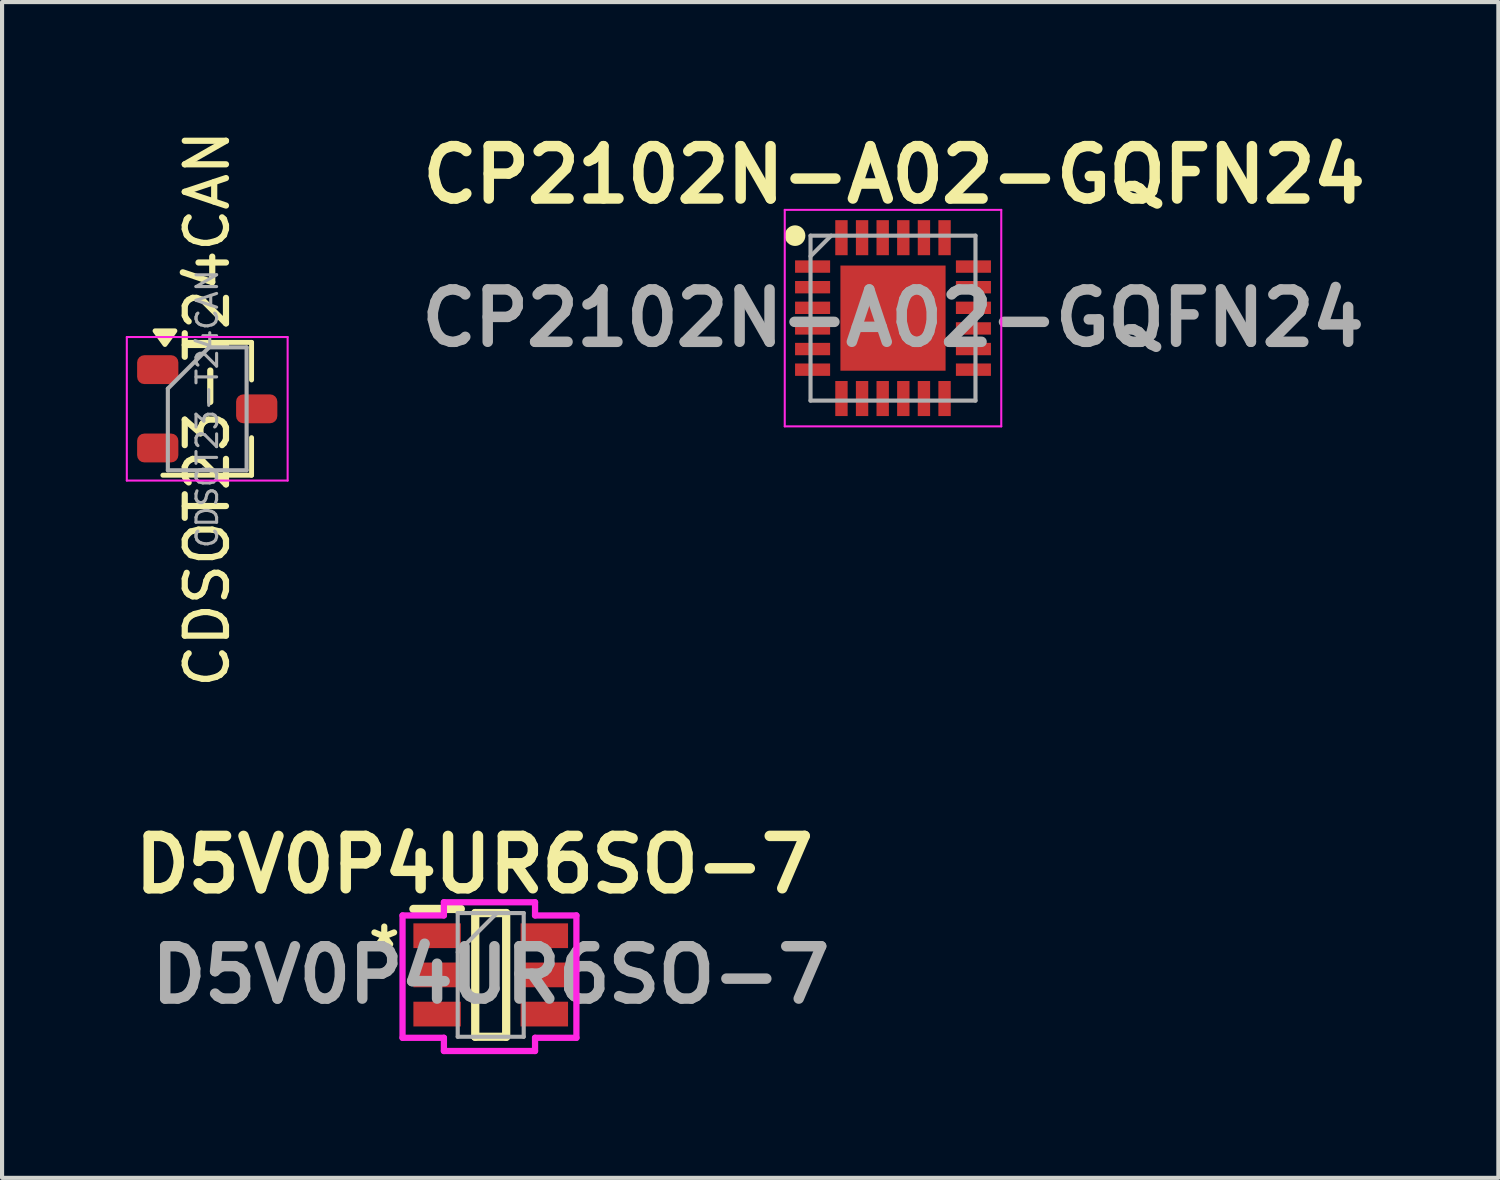
<source format=kicad_pcb>
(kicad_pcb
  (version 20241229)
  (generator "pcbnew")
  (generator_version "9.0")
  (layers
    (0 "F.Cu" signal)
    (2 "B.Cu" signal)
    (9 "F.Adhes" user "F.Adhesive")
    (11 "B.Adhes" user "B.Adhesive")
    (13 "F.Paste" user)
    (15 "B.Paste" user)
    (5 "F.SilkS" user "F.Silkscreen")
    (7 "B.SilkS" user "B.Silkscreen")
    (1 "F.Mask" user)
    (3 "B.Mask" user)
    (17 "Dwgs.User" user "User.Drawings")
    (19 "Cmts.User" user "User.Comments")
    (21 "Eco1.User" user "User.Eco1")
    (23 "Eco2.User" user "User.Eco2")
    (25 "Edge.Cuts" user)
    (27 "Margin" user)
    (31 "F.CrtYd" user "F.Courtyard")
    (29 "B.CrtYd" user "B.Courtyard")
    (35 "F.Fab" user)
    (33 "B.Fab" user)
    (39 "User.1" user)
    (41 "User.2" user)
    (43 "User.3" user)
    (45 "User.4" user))
  (footprint "D5V0P4UR6SO-7"
    (layer "F.Cu")
    (at 8.849 20.59)
    (property "Reference" "D5V0P4UR6SO-7" (at -0.4 -2.675 0) (layer "F.SilkS") (effects (font (size 1.27 1.27) (thickness 0.254))))
    (attr smd)
    (fp_line (start -1.875 -1.6) (end -0.725 -1.6) (stroke (width 0.2) (type solid)) (layer "F.SilkS"))
    (fp_line (start -0.375 -1.5) (end 0.375 -1.5) (stroke (width 0.2) (type solid)) (layer "F.SilkS"))
    (fp_line (start -0.375 1.5) (end -0.375 -1.5) (stroke (width 0.2) (type solid)) (layer "F.SilkS"))
    (fp_line (start 0.375 -1.5) (end 0.375 1.5) (stroke (width 0.2) (type solid)) (layer "F.SilkS"))
    (fp_line (start 0.375 1.5) (end -0.375 1.5) (stroke (width 0.2) (type solid)) (layer "F.SilkS"))
    (fp_line (start -2.138 -1.442) (end -1.135 -1.442) (stroke (width 0.152) (type solid)) (layer "F.CrtYd"))
    (fp_line (start -2.138 1.525) (end -2.138 -1.442) (stroke (width 0.152) (type solid)) (layer "F.CrtYd"))
    (fp_line (start -2.138 1.525) (end -1.135 1.525) (stroke (width 0.152) (type solid)) (layer "F.CrtYd"))
    (fp_line (start -1.135 -1.762) (end 1.075 -1.762) (stroke (width 0.152) (type solid)) (layer "F.CrtYd"))
    (fp_line (start -1.135 -1.442) (end -1.135 -1.762) (stroke (width 0.152) (type solid)) (layer "F.CrtYd"))
    (fp_line (start -1.135 1.845) (end -1.135 1.525) (stroke (width 0.152) (type solid)) (layer "F.CrtYd"))
    (fp_line (start 1.075 -1.762) (end 1.075 -1.442) (stroke (width 0.152) (type solid)) (layer "F.CrtYd"))
    (fp_line (start 1.075 1.525) (end 1.075 1.845) (stroke (width 0.152) (type solid)) (layer "F.CrtYd"))
    (fp_line (start 1.075 1.845) (end -1.135 1.845) (stroke (width 0.152) (type solid)) (layer "F.CrtYd"))
    (fp_line (start 2.078 -1.442) (end 1.075 -1.442) (stroke (width 0.152) (type solid)) (layer "F.CrtYd"))
    (fp_line (start 2.078 -1.442) (end 2.078 1.525) (stroke (width 0.152) (type solid)) (layer "F.CrtYd"))
    (fp_line (start 2.078 1.525) (end 1.075 1.525) (stroke (width 0.152) (type solid)) (layer "F.CrtYd"))
    (fp_line (start -0.8 -1.5) (end 0.8 -1.5) (stroke (width 0.1) (type solid)) (layer "F.Fab"))
    (fp_line (start -0.8 -0.55) (end 0.15 -1.5) (stroke (width 0.1) (type solid)) (layer "F.Fab"))
    (fp_line (start -0.8 1.5) (end -0.8 -1.5) (stroke (width 0.1) (type solid)) (layer "F.Fab"))
    (fp_line (start 0.8 -1.5) (end 0.8 1.5) (stroke (width 0.1) (type solid)) (layer "F.Fab"))
    (fp_line (start 0.8 1.5) (end -0.8 1.5) (stroke (width 0.1) (type solid)) (layer "F.Fab"))
    (fp_text user "*" (at -2.581 -0.627 0) (layer "F.SilkS") (effects (font (size 1 1) (thickness 0.15))))
    (fp_text user "${REFERENCE}" (at 0 0 0) (layer "F.Fab") (effects (font (size 1.27 1.27) (thickness 0.254))))
    (pad "1" smd rect (at -1.3 -0.95 90) (size 0.6 1.15) (layers "F.Cu" "F.Mask" "F.Paste"))
    (pad "2" smd rect (at -1.3 0 90) (size 0.6 1.15) (layers "F.Cu" "F.Mask" "F.Paste"))
    (pad "3" smd rect (at -1.3 0.95 90) (size 0.6 1.15) (layers "F.Cu" "F.Mask" "F.Paste"))
    (pad "4" smd rect (at 1.3 0.95 90) (size 0.6 1.15) (layers "F.Cu" "F.Mask" "F.Paste"))
    (pad "5" smd rect (at 1.3 0 90) (size 0.6 1.15) (layers "F.Cu" "F.Mask" "F.Paste"))
    (pad "6" smd rect (at 1.3 -0.95 90) (size 0.6 1.15) (layers "F.Cu" "F.Mask" "F.Paste")))
  (footprint "CP2102N-A02-GQFN24"
    (layer "F.Cu")
    (at 18.604 4.664)
    (property "Reference" "CP2102N-A02-GQFN24" (at 0.025 -3.475 0) (layer "F.SilkS") (effects (font (size 1.27 1.27) (thickness 0.254))))
    (attr smd)
    (fp_circle (center -2.375 -2) (end -2.375 -1.875) (stroke (width 0.25) (type solid)) (fill no) (layer "F.SilkS"))
    (fp_line (start -2.625 -2.625) (end 2.625 -2.625) (stroke (width 0.05) (type solid)) (layer "F.CrtYd"))
    (fp_line (start -2.625 2.625) (end -2.625 -2.625) (stroke (width 0.05) (type solid)) (layer "F.CrtYd"))
    (fp_line (start 2.625 -2.625) (end 2.625 2.625) (stroke (width 0.05) (type solid)) (layer "F.CrtYd"))
    (fp_line (start 2.625 2.625) (end -2.625 2.625) (stroke (width 0.05) (type solid)) (layer "F.CrtYd"))
    (fp_line (start -2 -2) (end 2 -2) (stroke (width 0.1) (type solid)) (layer "F.Fab"))
    (fp_line (start -2 -1.5) (end -1.5 -2) (stroke (width 0.1) (type solid)) (layer "F.Fab"))
    (fp_line (start -2 2) (end -2 -2) (stroke (width 0.1) (type solid)) (layer "F.Fab"))
    (fp_line (start 2 -2) (end 2 2) (stroke (width 0.1) (type solid)) (layer "F.Fab"))
    (fp_line (start 2 2) (end -2 2) (stroke (width 0.1) (type solid)) (layer "F.Fab"))
    (fp_text user "${REFERENCE}" (at 0 0 0) (layer "F.Fab") (effects (font (size 1.27 1.27) (thickness 0.254))))
    (pad "1" smd rect (at -1.95 -1.25 90) (size 0.3 0.85) (layers "F.Cu" "F.Mask" "F.Paste"))
    (pad "2" smd rect (at -1.95 -0.75 90) (size 0.3 0.85) (layers "F.Cu" "F.Mask" "F.Paste"))
    (pad "3" smd rect (at -1.95 -0.25 90) (size 0.3 0.85) (layers "F.Cu" "F.Mask" "F.Paste"))
    (pad "4" smd rect (at -1.95 0.25 90) (size 0.3 0.85) (layers "F.Cu" "F.Mask" "F.Paste"))
    (pad "5" smd rect (at -1.95 0.75 90) (size 0.3 0.85) (layers "F.Cu" "F.Mask" "F.Paste"))
    (pad "6" smd rect (at -1.95 1.25 90) (size 0.3 0.85) (layers "F.Cu" "F.Mask" "F.Paste"))
    (pad "7" smd rect (at -1.25 1.95) (size 0.3 0.85) (layers "F.Cu" "F.Mask" "F.Paste"))
    (pad "8" smd rect (at -0.75 1.95) (size 0.3 0.85) (layers "F.Cu" "F.Mask" "F.Paste"))
    (pad "9" smd rect (at -0.25 1.95) (size 0.3 0.85) (layers "F.Cu" "F.Mask" "F.Paste"))
    (pad "10" smd rect (at 0.25 1.95) (size 0.3 0.85) (layers "F.Cu" "F.Mask" "F.Paste"))
    (pad "11" smd rect (at 0.75 1.95) (size 0.3 0.85) (layers "F.Cu" "F.Mask" "F.Paste"))
    (pad "12" smd rect (at 1.25 1.95) (size 0.3 0.85) (layers "F.Cu" "F.Mask" "F.Paste"))
    (pad "13" smd rect (at 1.95 1.25 90) (size 0.3 0.85) (layers "F.Cu" "F.Mask" "F.Paste"))
    (pad "14" smd rect (at 1.95 0.75 90) (size 0.3 0.85) (layers "F.Cu" "F.Mask" "F.Paste"))
    (pad "15" smd rect (at 1.95 0.25 90) (size 0.3 0.85) (layers "F.Cu" "F.Mask" "F.Paste"))
    (pad "16" smd rect (at 1.95 -0.25 90) (size 0.3 0.85) (layers "F.Cu" "F.Mask" "F.Paste"))
    (pad "17" smd rect (at 1.95 -0.75 90) (size 0.3 0.85) (layers "F.Cu" "F.Mask" "F.Paste"))
    (pad "18" smd rect (at 1.95 -1.25 90) (size 0.3 0.85) (layers "F.Cu" "F.Mask" "F.Paste"))
    (pad "19" smd rect (at 1.25 -1.95) (size 0.3 0.85) (layers "F.Cu" "F.Mask" "F.Paste"))
    (pad "20" smd rect (at 0.75 -1.95) (size 0.3 0.85) (layers "F.Cu" "F.Mask" "F.Paste"))
    (pad "21" smd rect (at 0.25 -1.95) (size 0.3 0.85) (layers "F.Cu" "F.Mask" "F.Paste"))
    (pad "22" smd rect (at -0.25 -1.95) (size 0.3 0.85) (layers "F.Cu" "F.Mask" "F.Paste"))
    (pad "23" smd rect (at -0.75 -1.95) (size 0.3 0.85) (layers "F.Cu" "F.Mask" "F.Paste"))
    (pad "24" smd rect (at -1.25 -1.95) (size 0.3 0.85) (layers "F.Cu" "F.Mask" "F.Paste"))
    (pad "25" smd rect (at 0 0) (size 2.55 2.55) (layers "F.Cu" "F.Mask" "F.Paste")))
  (footprint "CDSOT23-T24CAN"
    (layer "F.Cu")
    (at 1.975 6.863)
    (property "Reference" "CDSOT23-T24CAN" (at 0 0 90) (layer "F.SilkS") (effects (font (size 1 1) (thickness 0.15))))
    (attr smd)
    (fp_line (start -1.075 1.61) (end 1.075 1.61) (stroke (width 0.12) (type solid)) (layer "F.SilkS"))
    (fp_line (start -0.525 -1.61) (end 1.075 -1.61) (stroke (width 0.12) (type solid)) (layer "F.SilkS"))
    (fp_line (start 1.075 -1.61) (end 1.075 -0.7) (stroke (width 0.12) (type solid)) (layer "F.SilkS"))
    (fp_line (start 1.075 0.7) (end 1.075 1.61) (stroke (width 0.12) (type solid)) (layer "F.SilkS"))
    (fp_poly (pts (xy -1.025 -1.56) (xy -1.265 -1.89) (xy -0.785 -1.89) (xy -1.025 -1.56)) (stroke (width 0.12) (type solid)) (fill yes) (layer "F.SilkS"))
    (fp_line (start -1.95 -1.74) (end 1.95 -1.74) (stroke (width 0.05) (type solid)) (layer "F.CrtYd"))
    (fp_line (start -1.95 1.74) (end -1.95 -1.74) (stroke (width 0.05) (type solid)) (layer "F.CrtYd"))
    (fp_line (start 1.95 -1.74) (end 1.95 1.74) (stroke (width 0.05) (type solid)) (layer "F.CrtYd"))
    (fp_line (start 1.95 1.74) (end -1.95 1.74) (stroke (width 0.05) (type solid)) (layer "F.CrtYd"))
    (fp_line (start -0.955 -0.49) (end -0.955 1.49) (stroke (width 0.1) (type solid)) (layer "F.Fab"))
    (fp_line (start -0.955 -0.49) (end 0.045 -1.49) (stroke (width 0.1) (type solid)) (layer "F.Fab"))
    (fp_line (start -0.955 1.49) (end 0.955 1.49) (stroke (width 0.1) (type solid)) (layer "F.Fab"))
    (fp_line (start 0.045 -1.49) (end 0.955 -1.49) (stroke (width 0.1) (type solid)) (layer "F.Fab"))
    (fp_line (start 0.955 -1.49) (end 0.955 1.49) (stroke (width 0.1) (type solid)) (layer "F.Fab"))
    (fp_text user "${REFERENCE}" (at 0 0 90) (layer "F.Fab") (effects (font (size 0.5 0.5) (thickness 0.075))))
    (pad "1" smd roundrect (at -1.2 -0.95) (size 1 0.7) (layers "F.Cu" "F.Mask" "F.Paste") (roundrect_rratio 0.25))
    (pad "2" smd roundrect (at -1.2 0.95) (size 1 0.7) (layers "F.Cu" "F.Mask" "F.Paste") (roundrect_rratio 0.25))
    (pad "3" smd roundrect (at 1.2 0) (size 1 0.7) (layers "F.Cu" "F.Mask" "F.Paste") (roundrect_rratio 0.25)))
  (gr_rect
    (start -3 -3)
    (end 33.283 25.511)
    (stroke (width 0.1) (type default))
    (fill no)
    (layer "Edge.Cuts")))
</source>
